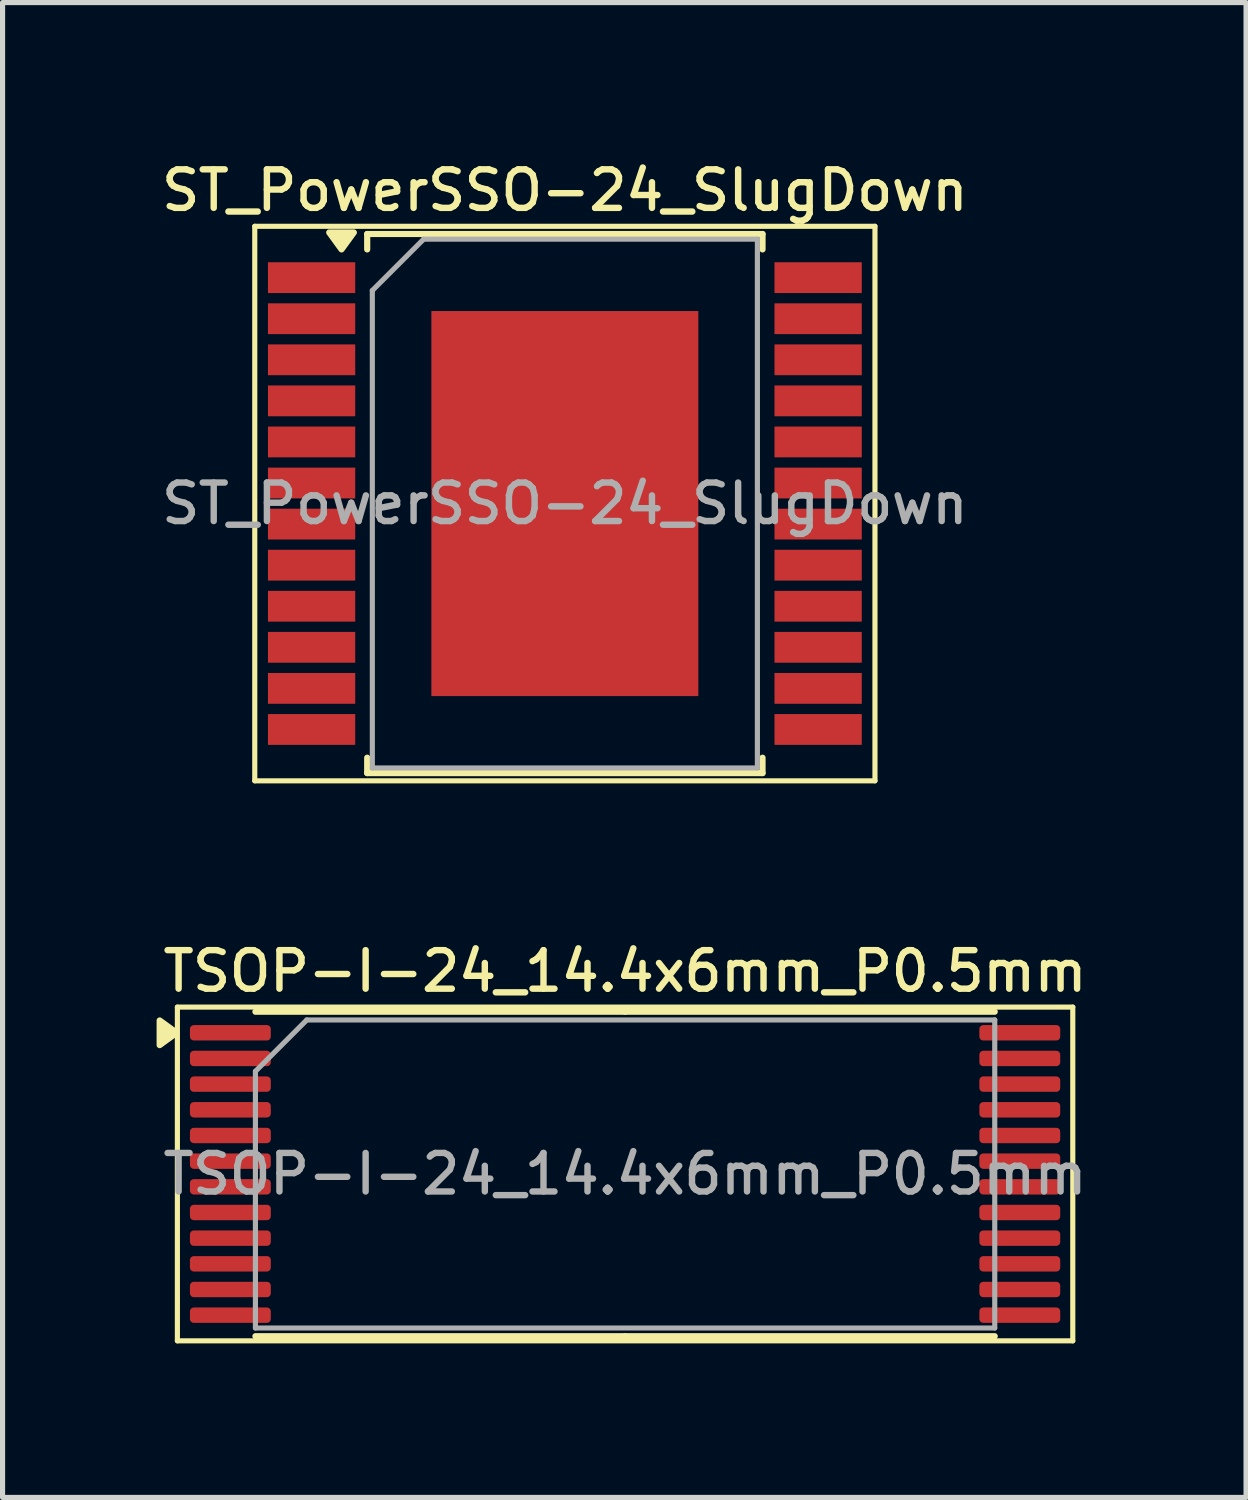
<source format=kicad_pcb>
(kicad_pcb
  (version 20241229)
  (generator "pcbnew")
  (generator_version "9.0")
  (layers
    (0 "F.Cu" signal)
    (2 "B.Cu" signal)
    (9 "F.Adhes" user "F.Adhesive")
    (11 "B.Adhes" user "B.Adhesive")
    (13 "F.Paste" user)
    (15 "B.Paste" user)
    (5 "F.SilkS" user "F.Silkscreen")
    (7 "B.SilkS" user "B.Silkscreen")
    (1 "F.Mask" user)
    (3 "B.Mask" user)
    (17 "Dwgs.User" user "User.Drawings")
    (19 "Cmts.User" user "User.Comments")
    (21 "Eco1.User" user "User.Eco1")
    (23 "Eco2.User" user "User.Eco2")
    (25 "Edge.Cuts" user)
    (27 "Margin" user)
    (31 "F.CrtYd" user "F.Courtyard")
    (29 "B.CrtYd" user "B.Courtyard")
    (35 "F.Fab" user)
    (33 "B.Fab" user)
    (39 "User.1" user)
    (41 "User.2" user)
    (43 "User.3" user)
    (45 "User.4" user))
  (footprint "ST_PowerSSO-24_SlugDown"
    (layer "F.Cu")
    (at 7.952 6.758)
    (property "Reference" "ST_PowerSSO-24_SlugDown" (at 0 -6.1 0) (layer "F.SilkS") (effects (font (size 0.75 0.75) (thickness 0.125))))
    (attr smd)
    (fp_line (start -6.04 -5.4) (end -6.04 5.4) (stroke (width 0.1) (type solid)) (layer "F.SilkS"))
    (fp_line (start -6.04 -5.4) (end 6.04 -5.4) (stroke (width 0.1) (type solid)) (layer "F.SilkS"))
    (fp_line (start -3.85 -5.25) (end -3.85 -4.95) (stroke (width 0.12) (type solid)) (layer "F.SilkS"))
    (fp_line (start -3.85 5.25) (end -3.85 4.95) (stroke (width 0.12) (type solid)) (layer "F.SilkS"))
    (fp_line (start 3.85 -5.25) (end -3.85 -5.25) (stroke (width 0.12) (type solid)) (layer "F.SilkS"))
    (fp_line (start 3.85 -5.25) (end 3.85 -4.95) (stroke (width 0.12) (type solid)) (layer "F.SilkS"))
    (fp_line (start 3.85 5.25) (end -3.85 5.25) (stroke (width 0.12) (type solid)) (layer "F.SilkS"))
    (fp_line (start 3.85 5.25) (end 3.85 4.95) (stroke (width 0.12) (type solid)) (layer "F.SilkS"))
    (fp_line (start 6.04 5.4) (end -6.04 5.4) (stroke (width 0.1) (type solid)) (layer "F.SilkS"))
    (fp_line (start 6.04 5.4) (end 6.04 -5.4) (stroke (width 0.1) (type solid)) (layer "F.SilkS"))
    (fp_poly (pts (xy -4.35 -4.95) (xy -4.59 -5.28) (xy -4.11 -5.28) (xy -4.35 -4.95)) (stroke (width 0.12) (type solid)) (fill yes) (layer "F.SilkS"))
    (fp_line (start -3.75 -4.15) (end -3.75 5.15) (stroke (width 0.1) (type solid)) (layer "F.Fab"))
    (fp_line (start -3.75 5.15) (end 3.75 5.15) (stroke (width 0.1) (type solid)) (layer "F.Fab"))
    (fp_line (start -2.75 -5.15) (end -3.75 -4.15) (stroke (width 0.1) (type solid)) (layer "F.Fab"))
    (fp_line (start 3.75 -5.15) (end -2.75 -5.15) (stroke (width 0.1) (type solid)) (layer "F.Fab"))
    (fp_line (start 3.75 5.15) (end 3.75 -5.15) (stroke (width 0.1) (type solid)) (layer "F.Fab"))
    (fp_text user "${REFERENCE}" (at 0 0 0) (layer "F.Fab") (effects (font (size 0.75 0.75) (thickness 0.125))))
    (pad "1" smd rect (at -4.933 -4.4) (size 1.7 0.6) (layers "F.Cu" "F.Mask" "F.Paste"))
    (pad "2" smd rect (at -4.933 -3.6) (size 1.7 0.6) (layers "F.Cu" "F.Mask" "F.Paste"))
    (pad "3" smd rect (at -4.933 -2.8) (size 1.7 0.6) (layers "F.Cu" "F.Mask" "F.Paste"))
    (pad "4" smd rect (at -4.933 -2) (size 1.7 0.6) (layers "F.Cu" "F.Mask" "F.Paste"))
    (pad "5" smd rect (at -4.933 -1.2) (size 1.7 0.6) (layers "F.Cu" "F.Mask" "F.Paste"))
    (pad "6" smd rect (at -4.933 -0.4) (size 1.7 0.6) (layers "F.Cu" "F.Mask" "F.Paste"))
    (pad "7" smd rect (at -4.933 0.4) (size 1.7 0.6) (layers "F.Cu" "F.Mask" "F.Paste"))
    (pad "8" smd rect (at -4.933 1.2) (size 1.7 0.6) (layers "F.Cu" "F.Mask" "F.Paste"))
    (pad "9" smd rect (at -4.933 2) (size 1.7 0.6) (layers "F.Cu" "F.Mask" "F.Paste"))
    (pad "10" smd rect (at -4.933 2.8) (size 1.7 0.6) (layers "F.Cu" "F.Mask" "F.Paste"))
    (pad "11" smd rect (at -4.933 3.6) (size 1.7 0.6) (layers "F.Cu" "F.Mask" "F.Paste"))
    (pad "12" smd rect (at -4.933 4.4) (size 1.7 0.6) (layers "F.Cu" "F.Mask" "F.Paste"))
    (pad "13" smd rect (at 4.933 4.4) (size 1.7 0.6) (layers "F.Cu" "F.Mask" "F.Paste"))
    (pad "14" smd rect (at 4.933 3.6) (size 1.7 0.6) (layers "F.Cu" "F.Mask" "F.Paste"))
    (pad "15" smd rect (at 4.933 2.8) (size 1.7 0.6) (layers "F.Cu" "F.Mask" "F.Paste"))
    (pad "16" smd rect (at 4.933 2) (size 1.7 0.6) (layers "F.Cu" "F.Mask" "F.Paste"))
    (pad "17" smd rect (at 4.933 1.2) (size 1.7 0.6) (layers "F.Cu" "F.Mask" "F.Paste"))
    (pad "18" smd rect (at 4.933 0.4) (size 1.7 0.6) (layers "F.Cu" "F.Mask" "F.Paste"))
    (pad "19" smd rect (at 4.933 -0.4) (size 1.7 0.6) (layers "F.Cu" "F.Mask" "F.Paste"))
    (pad "20" smd rect (at 4.933 -1.2) (size 1.7 0.6) (layers "F.Cu" "F.Mask" "F.Paste"))
    (pad "21" smd rect (at 4.933 -2) (size 1.7 0.6) (layers "F.Cu" "F.Mask" "F.Paste"))
    (pad "22" smd rect (at 4.933 -2.8) (size 1.7 0.6) (layers "F.Cu" "F.Mask" "F.Paste"))
    (pad "23" smd rect (at 4.933 -3.6) (size 1.7 0.6) (layers "F.Cu" "F.Mask" "F.Paste"))
    (pad "24" smd rect (at 4.933 -4.4) (size 1.7 0.6) (layers "F.Cu" "F.Mask" "F.Paste"))
    (pad "25" smd rect (at 0 0) (size 5.2 7.5) (layers "F.Cu" "F.Mask" "F.Paste")))
  (footprint "TSOP-I-24_14.4x6mm_P0.5mm"
    (layer "F.Cu")
    (at 9.125 19.816)
    (property "Reference" "TSOP-I-24_14.4x6mm_P0.5mm" (at 0 -3.95 0) (layer "F.SilkS") (effects (font (size 0.75 0.75) (thickness 0.125))))
    (attr smd)
    (fp_line (start -8.72 -3.25) (end -8.72 3.25) (stroke (width 0.1) (type solid)) (layer "F.SilkS"))
    (fp_line (start -8.72 3.25) (end 8.72 3.25) (stroke (width 0.1) (type solid)) (layer "F.SilkS"))
    (fp_line (start 0 -3.16) (end -7.2 -3.16) (stroke (width 0.12) (type solid)) (layer "F.SilkS"))
    (fp_line (start 0 -3.16) (end 7.2 -3.16) (stroke (width 0.12) (type solid)) (layer "F.SilkS"))
    (fp_line (start 0 3.16) (end -7.2 3.16) (stroke (width 0.12) (type solid)) (layer "F.SilkS"))
    (fp_line (start 0 3.16) (end 7.2 3.16) (stroke (width 0.12) (type solid)) (layer "F.SilkS"))
    (fp_line (start 8.72 -3.25) (end -8.72 -3.25) (stroke (width 0.1) (type solid)) (layer "F.SilkS"))
    (fp_line (start 8.72 3.25) (end 8.72 -3.25) (stroke (width 0.1) (type solid)) (layer "F.SilkS"))
    (fp_poly (pts (xy -8.735 -2.75) (xy -9.065 -2.99) (xy -9.065 -2.51) (xy -8.735 -2.75)) (stroke (width 0.12) (type solid)) (fill yes) (layer "F.SilkS"))
    (fp_line (start -7.2 -2) (end -6.2 -3) (stroke (width 0.1) (type solid)) (layer "F.Fab"))
    (fp_line (start -7.2 3) (end -7.2 -2) (stroke (width 0.1) (type solid)) (layer "F.Fab"))
    (fp_line (start -6.2 -3) (end 7.2 -3) (stroke (width 0.1) (type solid)) (layer "F.Fab"))
    (fp_line (start 7.2 -3) (end 7.2 3) (stroke (width 0.1) (type solid)) (layer "F.Fab"))
    (fp_line (start 7.2 3) (end -7.2 3) (stroke (width 0.1) (type solid)) (layer "F.Fab"))
    (fp_text user "${REFERENCE}" (at 0 0 0) (layer "F.Fab") (effects (font (size 0.75 0.75) (thickness 0.125))))
    (pad "1" smd roundrect (at -7.688 -2.75) (size 1.575 0.3) (layers "F.Cu" "F.Mask" "F.Paste") (roundrect_rratio 0.25))
    (pad "2" smd roundrect (at -7.688 -2.25) (size 1.575 0.3) (layers "F.Cu" "F.Mask" "F.Paste") (roundrect_rratio 0.25))
    (pad "3" smd roundrect (at -7.688 -1.75) (size 1.575 0.3) (layers "F.Cu" "F.Mask" "F.Paste") (roundrect_rratio 0.25))
    (pad "4" smd roundrect (at -7.688 -1.25) (size 1.575 0.3) (layers "F.Cu" "F.Mask" "F.Paste") (roundrect_rratio 0.25))
    (pad "5" smd roundrect (at -7.688 -0.75) (size 1.575 0.3) (layers "F.Cu" "F.Mask" "F.Paste") (roundrect_rratio 0.25))
    (pad "6" smd roundrect (at -7.688 -0.25) (size 1.575 0.3) (layers "F.Cu" "F.Mask" "F.Paste") (roundrect_rratio 0.25))
    (pad "7" smd roundrect (at -7.688 0.25) (size 1.575 0.3) (layers "F.Cu" "F.Mask" "F.Paste") (roundrect_rratio 0.25))
    (pad "8" smd roundrect (at -7.688 0.75) (size 1.575 0.3) (layers "F.Cu" "F.Mask" "F.Paste") (roundrect_rratio 0.25))
    (pad "9" smd roundrect (at -7.688 1.25) (size 1.575 0.3) (layers "F.Cu" "F.Mask" "F.Paste") (roundrect_rratio 0.25))
    (pad "10" smd roundrect (at -7.688 1.75) (size 1.575 0.3) (layers "F.Cu" "F.Mask" "F.Paste") (roundrect_rratio 0.25))
    (pad "11" smd roundrect (at -7.688 2.25) (size 1.575 0.3) (layers "F.Cu" "F.Mask" "F.Paste") (roundrect_rratio 0.25))
    (pad "12" smd roundrect (at -7.688 2.75) (size 1.575 0.3) (layers "F.Cu" "F.Mask" "F.Paste") (roundrect_rratio 0.25))
    (pad "13" smd roundrect (at 7.688 2.75) (size 1.575 0.3) (layers "F.Cu" "F.Mask" "F.Paste") (roundrect_rratio 0.25))
    (pad "14" smd roundrect (at 7.688 2.25) (size 1.575 0.3) (layers "F.Cu" "F.Mask" "F.Paste") (roundrect_rratio 0.25))
    (pad "15" smd roundrect (at 7.688 1.75) (size 1.575 0.3) (layers "F.Cu" "F.Mask" "F.Paste") (roundrect_rratio 0.25))
    (pad "16" smd roundrect (at 7.688 1.25) (size 1.575 0.3) (layers "F.Cu" "F.Mask" "F.Paste") (roundrect_rratio 0.25))
    (pad "17" smd roundrect (at 7.688 0.75) (size 1.575 0.3) (layers "F.Cu" "F.Mask" "F.Paste") (roundrect_rratio 0.25))
    (pad "18" smd roundrect (at 7.688 0.25) (size 1.575 0.3) (layers "F.Cu" "F.Mask" "F.Paste") (roundrect_rratio 0.25))
    (pad "19" smd roundrect (at 7.688 -0.25) (size 1.575 0.3) (layers "F.Cu" "F.Mask" "F.Paste") (roundrect_rratio 0.25))
    (pad "20" smd roundrect (at 7.688 -0.75) (size 1.575 0.3) (layers "F.Cu" "F.Mask" "F.Paste") (roundrect_rratio 0.25))
    (pad "21" smd roundrect (at 7.688 -1.25) (size 1.575 0.3) (layers "F.Cu" "F.Mask" "F.Paste") (roundrect_rratio 0.25))
    (pad "22" smd roundrect (at 7.688 -1.75) (size 1.575 0.3) (layers "F.Cu" "F.Mask" "F.Paste") (roundrect_rratio 0.25))
    (pad "23" smd roundrect (at 7.688 -2.25) (size 1.575 0.3) (layers "F.Cu" "F.Mask" "F.Paste") (roundrect_rratio 0.25))
    (pad "24" smd roundrect (at 7.688 -2.75) (size 1.575 0.3) (layers "F.Cu" "F.Mask" "F.Paste") (roundrect_rratio 0.25)))
  (gr_rect
    (start -3 -3)
    (end 21.22 26.116)
    (stroke (width 0.1) (type default))
    (fill no)
    (layer "Edge.Cuts")))
</source>
